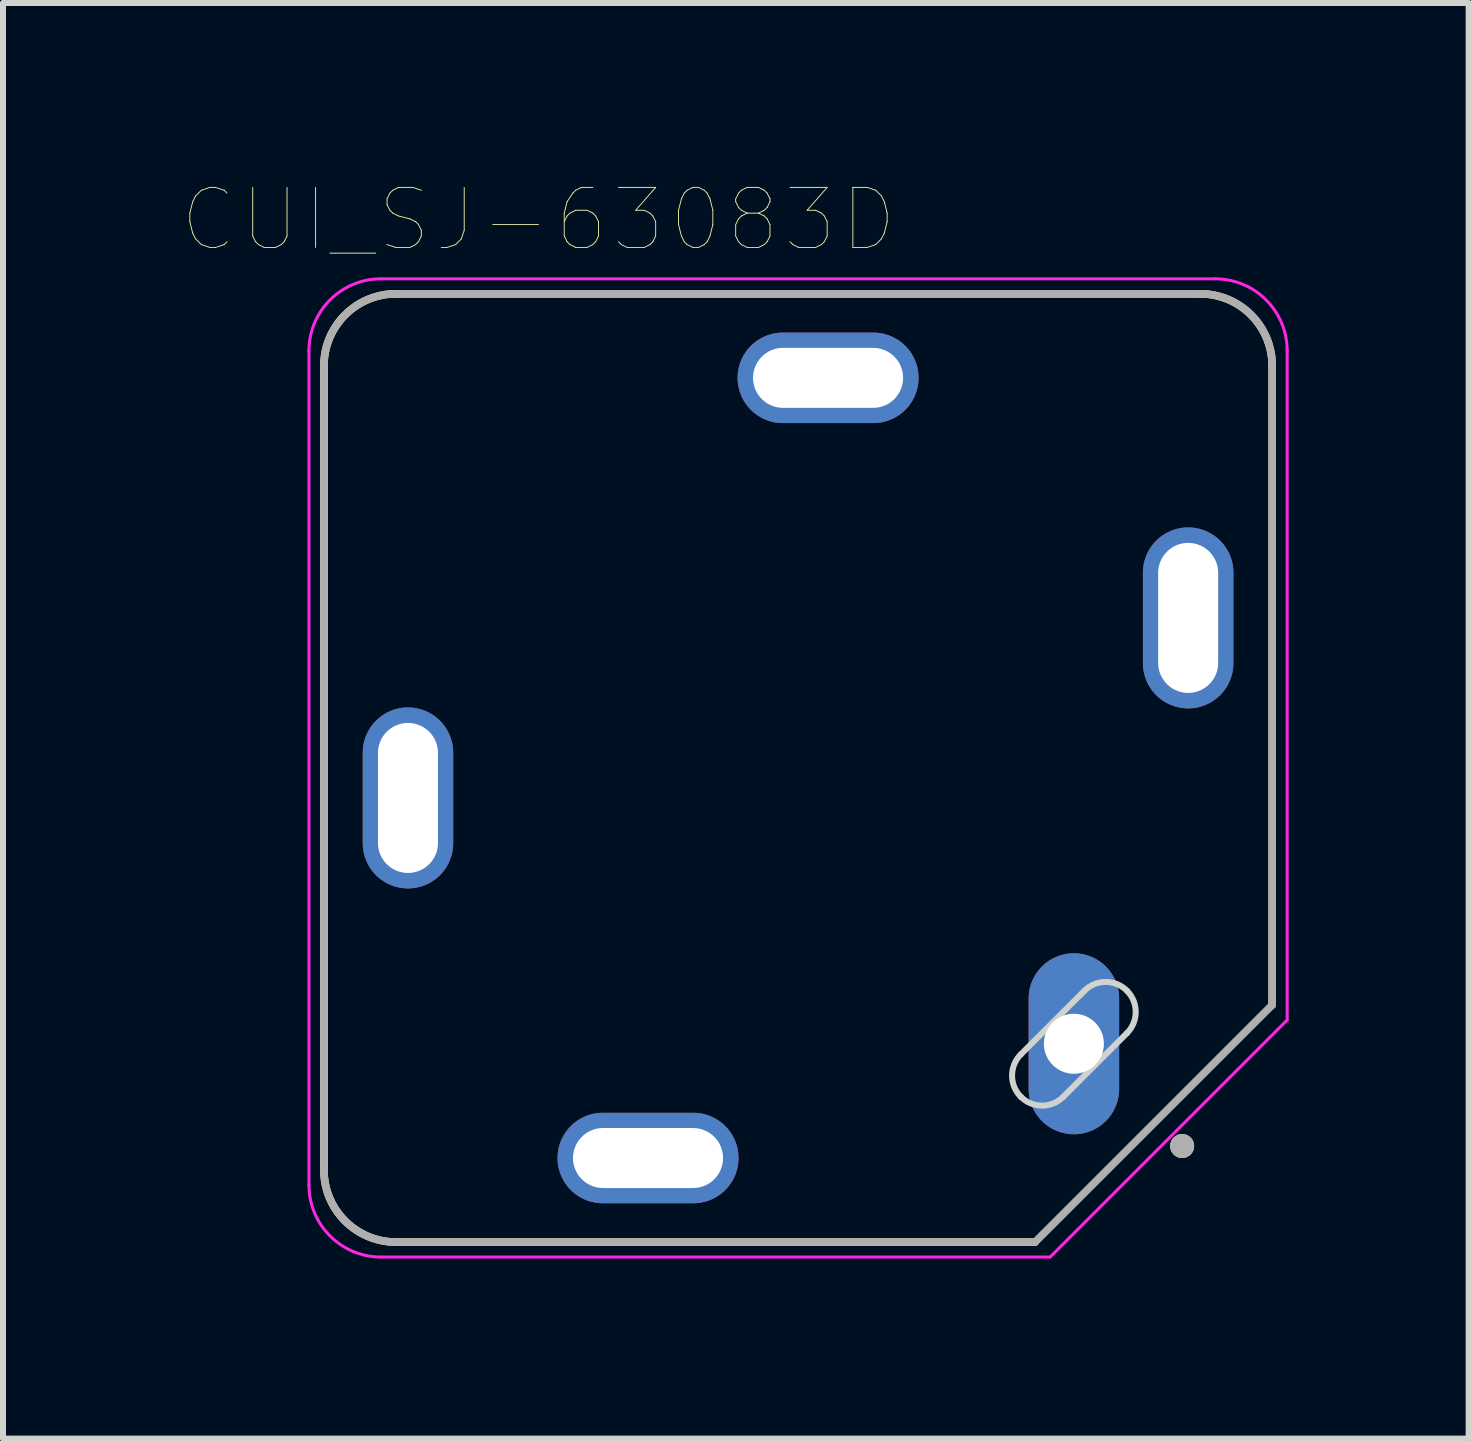
<source format=kicad_pcb>
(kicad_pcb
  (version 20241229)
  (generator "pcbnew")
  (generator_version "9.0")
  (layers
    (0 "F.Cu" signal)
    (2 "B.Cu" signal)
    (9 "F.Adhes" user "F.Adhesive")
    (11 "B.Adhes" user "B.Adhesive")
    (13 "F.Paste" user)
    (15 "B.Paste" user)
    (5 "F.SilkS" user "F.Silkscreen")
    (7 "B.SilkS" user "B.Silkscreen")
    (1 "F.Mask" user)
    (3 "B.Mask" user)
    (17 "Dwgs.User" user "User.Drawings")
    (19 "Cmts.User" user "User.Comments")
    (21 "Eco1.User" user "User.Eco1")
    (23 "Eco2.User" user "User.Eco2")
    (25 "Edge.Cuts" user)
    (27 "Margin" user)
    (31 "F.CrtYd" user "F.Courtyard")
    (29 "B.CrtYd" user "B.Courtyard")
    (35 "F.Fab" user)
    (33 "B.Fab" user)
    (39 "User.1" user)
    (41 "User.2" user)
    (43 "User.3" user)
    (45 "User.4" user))
  (footprint "CUI_SJ-63083D"
    (layer "F.Cu")
    (at 10.248 9.746)
    (property "Reference" "CUI_SJ-63083D" (at -4.325 -9.135 0) (layer "F.SilkS") (effects (font (size 1 1) (thickness 0.015))))
    (attr through_hole)
    (fp_line (start -7.9 6.7) (end -7.9 -6.7) (stroke (width 0.127) (type solid)) (layer "F.SilkS"))
    (fp_line (start -6.7 -7.9) (end 6.7 -7.9) (stroke (width 0.127) (type solid)) (layer "F.SilkS"))
    (fp_line (start 3.95 7.9) (end -6.7 7.9) (stroke (width 0.127) (type solid)) (layer "F.SilkS"))
    (fp_line (start 7.9 -6.7) (end 7.9 3.95) (stroke (width 0.127) (type solid)) (layer "F.SilkS"))
    (fp_arc (start -7.9 -6.7) (mid -7.548528 -7.548528) (end -6.7 -7.9) (stroke (width 0.127) (type solid)) (layer "F.SilkS"))
    (fp_arc (start -6.7 7.9) (mid -7.548528 7.548528) (end -7.9 6.7) (stroke (width 0.127) (type solid)) (layer "F.SilkS"))
    (fp_arc (start 6.7 -7.9) (mid 7.548528 -7.548528) (end 7.9 -6.7) (stroke (width 0.127) (type solid)) (layer "F.SilkS"))
    (fp_circle (center 6.4 6.3) (end 6.5 6.3) (stroke (width 0.2) (type solid)) (fill no) (layer "F.SilkS"))
    (fp_line (start 3.712 4.773) (end 4.773 3.712) (stroke (width 0.1) (type solid)) (layer "Edge.Cuts"))
    (fp_line (start 5.48 4.419) (end 4.419 5.48) (stroke (width 0.1) (type solid)) (layer "Edge.Cuts"))
    (fp_arc (start 3.71212 5.47988) (mid 3.565675 5.12633) (end 3.71212 4.77278) (stroke (width 0.1) (type solid)) (layer "Edge.Cuts"))
    (fp_arc (start 4.41922 5.47988) (mid 4.06567 5.626325) (end 3.71212 5.47988) (stroke (width 0.1) (type solid)) (layer "Edge.Cuts"))
    (fp_arc (start 4.77278 3.71212) (mid 5.12633 3.565675) (end 5.47988 3.71212) (stroke (width 0.1) (type solid)) (layer "Edge.Cuts"))
    (fp_arc (start 5.47988 3.71212) (mid 5.626325 4.06567) (end 5.47988 4.41922) (stroke (width 0.1) (type solid)) (layer "Edge.Cuts"))
    (fp_line (start -8.15 6.95) (end -8.15 -6.95) (stroke (width 0.05) (type solid)) (layer "F.CrtYd"))
    (fp_line (start -6.95 -8.15) (end 6.95 -8.15) (stroke (width 0.05) (type solid)) (layer "F.CrtYd"))
    (fp_line (start 4.2 8.15) (end -6.95 8.15) (stroke (width 0.05) (type solid)) (layer "F.CrtYd"))
    (fp_line (start 8.15 -6.95) (end 8.15 4.2) (stroke (width 0.05) (type solid)) (layer "F.CrtYd"))
    (fp_line (start 8.15 4.2) (end 4.2 8.15) (stroke (width 0.05) (type solid)) (layer "F.CrtYd"))
    (fp_arc (start -8.15 -6.95) (mid -7.798528 -7.798528) (end -6.95 -8.15) (stroke (width 0.05) (type solid)) (layer "F.CrtYd"))
    (fp_arc (start -6.95 8.15) (mid -7.798528 7.798528) (end -8.15 6.95) (stroke (width 0.05) (type solid)) (layer "F.CrtYd"))
    (fp_arc (start 6.95 -8.15) (mid 7.798528 -7.798528) (end 8.15 -6.95) (stroke (width 0.05) (type solid)) (layer "F.CrtYd"))
    (fp_line (start -7.9 6.7) (end -7.9 -6.7) (stroke (width 0.127) (type solid)) (layer "F.Fab"))
    (fp_line (start -6.7 -7.9) (end 6.7 -7.9) (stroke (width 0.127) (type solid)) (layer "F.Fab"))
    (fp_line (start 3.95 7.9) (end -6.7 7.9) (stroke (width 0.127) (type solid)) (layer "F.Fab"))
    (fp_line (start 7.9 -6.7) (end 7.9 3.95) (stroke (width 0.127) (type solid)) (layer "F.Fab"))
    (fp_line (start 7.9 3.95) (end 3.95 7.9) (stroke (width 0.127) (type solid)) (layer "F.Fab"))
    (fp_arc (start -7.9 -6.7) (mid -7.548528 -7.548528) (end -6.7 -7.9) (stroke (width 0.127) (type solid)) (layer "F.Fab"))
    (fp_arc (start -6.7 7.9) (mid -7.548528 7.548528) (end -7.9 6.7) (stroke (width 0.127) (type solid)) (layer "F.Fab"))
    (fp_arc (start 6.7 -7.9) (mid 7.548528 -7.548528) (end 7.9 -6.7) (stroke (width 0.127) (type solid)) (layer "F.Fab"))
    (fp_circle (center 6.4 6.3) (end 6.5 6.3) (stroke (width 0.2) (type solid)) (fill no) (layer "F.Fab"))
    (pad "1" thru_hole oval (at 4.596 4.596) (size 1.508 3.016) (drill 1) (layers "*.Cu" "*.Mask"))
    (pad "2" thru_hole oval (at -2.5 6.5) (size 3.016 1.508) (drill oval 2.5 1) (layers "*.Cu" "*.Mask"))
    (pad "3" thru_hole oval (at -6.5 0.5) (size 1.508 3.016) (drill oval 1 2.5) (layers "*.Cu" "*.Mask"))
    (pad "4" thru_hole oval (at 0.5 -6.5) (size 3.016 1.508) (drill oval 2.5 1) (layers "*.Cu" "*.Mask"))
    (pad "5" thru_hole oval (at 6.5 -2.5) (size 1.508 3.016) (drill oval 1 2.5) (layers "*.Cu" "*.Mask")))
  (gr_rect
    (start -3 -3)
    (end 21.422 20.921)
    (stroke (width 0.1) (type default))
    (fill no)
    (layer "Edge.Cuts")))
</source>
